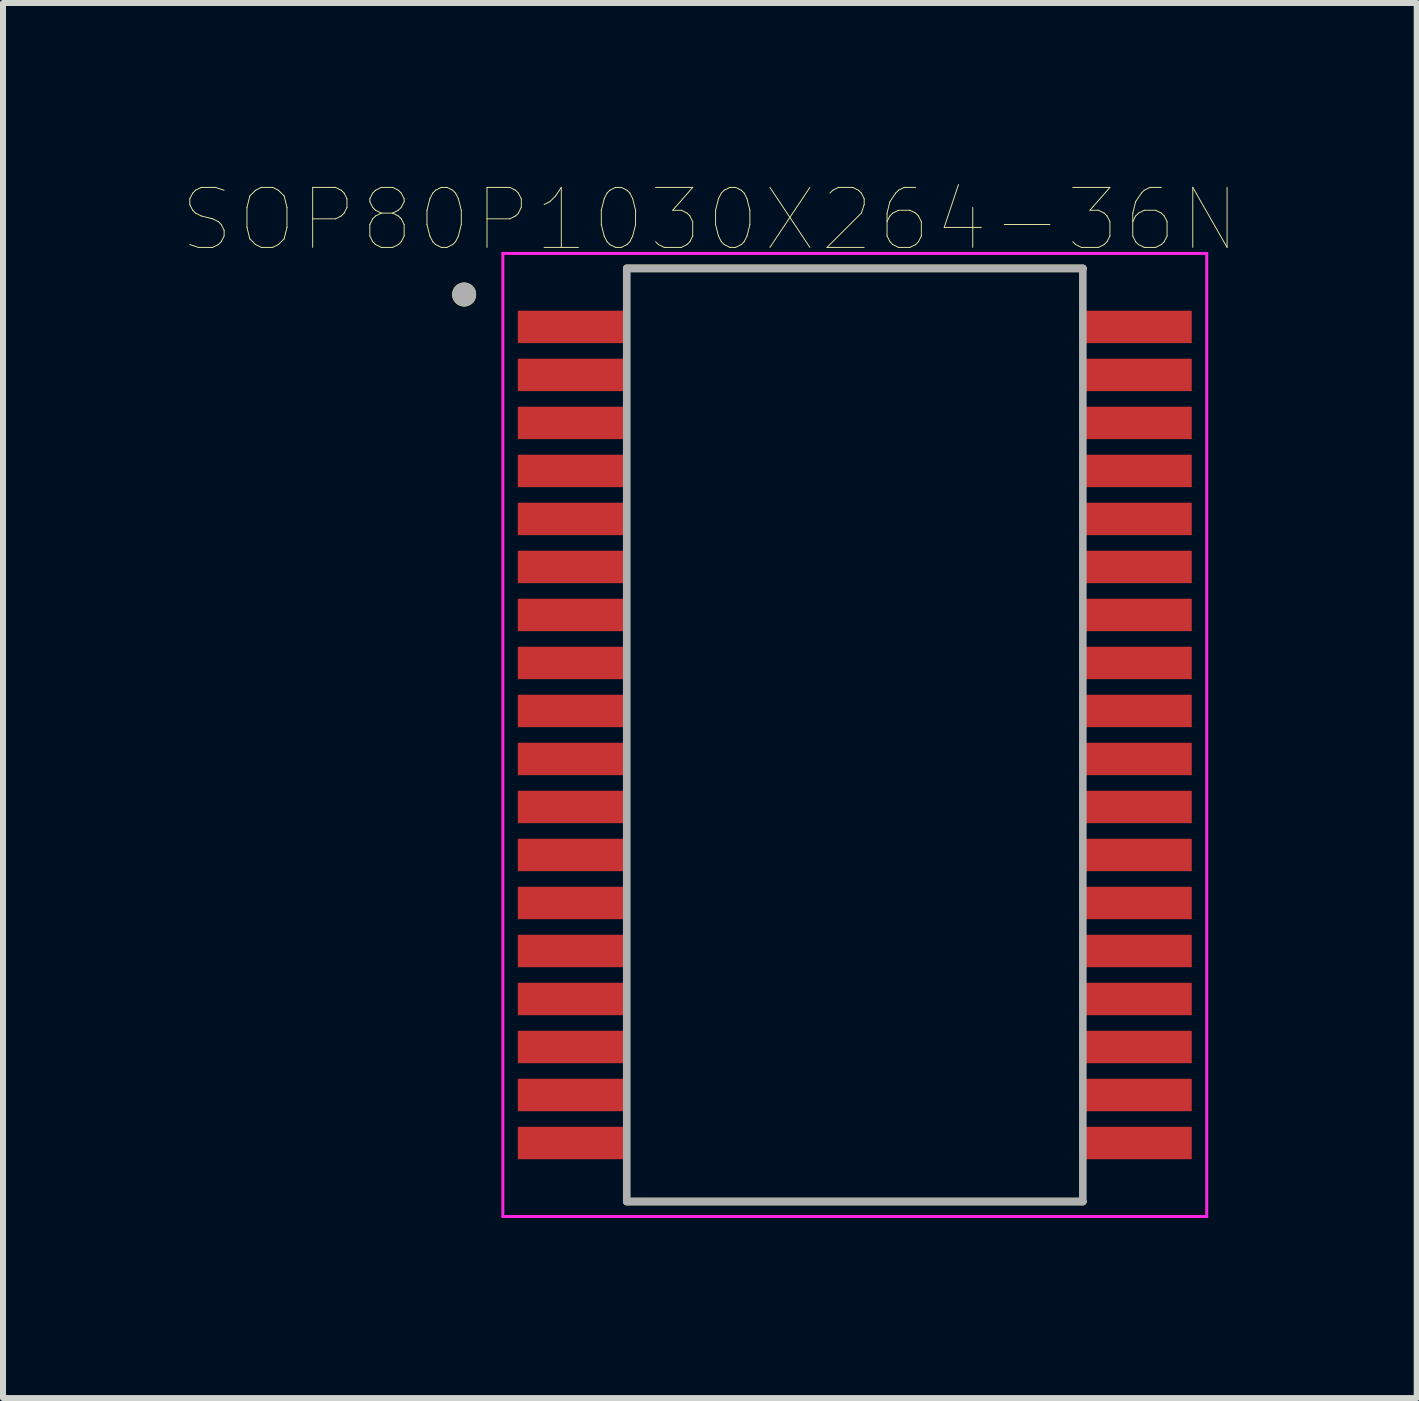
<source format=kicad_pcb>
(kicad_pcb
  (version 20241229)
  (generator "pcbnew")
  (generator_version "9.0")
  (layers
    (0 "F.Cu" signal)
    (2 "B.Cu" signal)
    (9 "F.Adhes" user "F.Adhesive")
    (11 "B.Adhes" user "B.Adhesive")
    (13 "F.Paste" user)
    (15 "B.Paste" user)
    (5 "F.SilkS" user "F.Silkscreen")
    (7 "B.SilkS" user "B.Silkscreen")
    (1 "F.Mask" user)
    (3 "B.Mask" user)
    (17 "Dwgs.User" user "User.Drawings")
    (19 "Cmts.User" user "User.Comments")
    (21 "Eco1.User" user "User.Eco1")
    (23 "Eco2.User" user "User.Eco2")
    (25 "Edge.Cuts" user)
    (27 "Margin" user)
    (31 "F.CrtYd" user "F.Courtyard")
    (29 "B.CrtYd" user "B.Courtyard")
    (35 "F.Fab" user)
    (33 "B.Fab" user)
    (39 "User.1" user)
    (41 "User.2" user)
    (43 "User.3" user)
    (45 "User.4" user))
  (footprint "SOP80P1030X264-36N"
    (layer "F.Cu")
    (at 11.195 9.198)
    (property "Reference" "SOP80P1030X264-36N" (at -2.415 -8.587 0) (layer "F.SilkS") (effects (font (size 1 1) (thickness 0.015))))
    (attr through_hole)
    (fp_line (start -3.8 -7.775) (end 3.8 -7.775) (stroke (width 0.127) (type solid)) (layer "F.SilkS"))
    (fp_line (start -3.8 7.775) (end 3.8 7.775) (stroke (width 0.127) (type solid)) (layer "F.SilkS"))
    (fp_circle (center -6.51 -7.34) (end -6.41 -7.34) (stroke (width 0.2) (type solid)) (fill no) (layer "F.SilkS"))
    (fp_line (start -5.865 -8.025) (end -5.865 8.025) (stroke (width 0.05) (type solid)) (layer "F.CrtYd"))
    (fp_line (start -5.865 -8.025) (end 5.865 -8.025) (stroke (width 0.05) (type solid)) (layer "F.CrtYd"))
    (fp_line (start -5.865 8.025) (end 5.865 8.025) (stroke (width 0.05) (type solid)) (layer "F.CrtYd"))
    (fp_line (start 5.865 -8.025) (end 5.865 8.025) (stroke (width 0.05) (type solid)) (layer "F.CrtYd"))
    (fp_line (start -3.8 -7.775) (end -3.8 7.775) (stroke (width 0.127) (type solid)) (layer "F.Fab"))
    (fp_line (start -3.8 -7.775) (end 3.8 -7.775) (stroke (width 0.127) (type solid)) (layer "F.Fab"))
    (fp_line (start -3.8 7.775) (end 3.8 7.775) (stroke (width 0.127) (type solid)) (layer "F.Fab"))
    (fp_line (start 3.8 -7.775) (end 3.8 7.775) (stroke (width 0.127) (type solid)) (layer "F.Fab"))
    (fp_circle (center -6.51 -7.34) (end -6.41 -7.34) (stroke (width 0.2) (type solid)) (fill no) (layer "F.Fab"))
    (pad "1" smd rect (at -4.72 -6.8) (size 1.79 0.54) (layers "F.Cu" "F.Mask" "F.Paste"))
    (pad "2" smd rect (at -4.72 -6) (size 1.79 0.54) (layers "F.Cu" "F.Mask" "F.Paste"))
    (pad "3" smd rect (at -4.72 -5.2) (size 1.79 0.54) (layers "F.Cu" "F.Mask" "F.Paste"))
    (pad "4" smd rect (at -4.72 -4.4) (size 1.79 0.54) (layers "F.Cu" "F.Mask" "F.Paste"))
    (pad "5" smd rect (at -4.72 -3.6) (size 1.79 0.54) (layers "F.Cu" "F.Mask" "F.Paste"))
    (pad "6" smd rect (at -4.72 -2.8) (size 1.79 0.54) (layers "F.Cu" "F.Mask" "F.Paste"))
    (pad "7" smd rect (at -4.72 -2) (size 1.79 0.54) (layers "F.Cu" "F.Mask" "F.Paste"))
    (pad "8" smd rect (at -4.72 -1.2) (size 1.79 0.54) (layers "F.Cu" "F.Mask" "F.Paste"))
    (pad "9" smd rect (at -4.72 -0.4) (size 1.79 0.54) (layers "F.Cu" "F.Mask" "F.Paste"))
    (pad "10" smd rect (at -4.72 0.4) (size 1.79 0.54) (layers "F.Cu" "F.Mask" "F.Paste"))
    (pad "11" smd rect (at -4.72 1.2) (size 1.79 0.54) (layers "F.Cu" "F.Mask" "F.Paste"))
    (pad "12" smd rect (at -4.72 2) (size 1.79 0.54) (layers "F.Cu" "F.Mask" "F.Paste"))
    (pad "13" smd rect (at -4.72 2.8) (size 1.79 0.54) (layers "F.Cu" "F.Mask" "F.Paste"))
    (pad "14" smd rect (at -4.72 3.6) (size 1.79 0.54) (layers "F.Cu" "F.Mask" "F.Paste"))
    (pad "15" smd rect (at -4.72 4.4) (size 1.79 0.54) (layers "F.Cu" "F.Mask" "F.Paste"))
    (pad "16" smd rect (at -4.72 5.2) (size 1.79 0.54) (layers "F.Cu" "F.Mask" "F.Paste"))
    (pad "17" smd rect (at -4.72 6) (size 1.79 0.54) (layers "F.Cu" "F.Mask" "F.Paste"))
    (pad "18" smd rect (at -4.72 6.8) (size 1.79 0.54) (layers "F.Cu" "F.Mask" "F.Paste"))
    (pad "19" smd rect (at 4.72 6.8) (size 1.79 0.54) (layers "F.Cu" "F.Mask" "F.Paste"))
    (pad "20" smd rect (at 4.72 6) (size 1.79 0.54) (layers "F.Cu" "F.Mask" "F.Paste"))
    (pad "21" smd rect (at 4.72 5.2) (size 1.79 0.54) (layers "F.Cu" "F.Mask" "F.Paste"))
    (pad "22" smd rect (at 4.72 4.4) (size 1.79 0.54) (layers "F.Cu" "F.Mask" "F.Paste"))
    (pad "23" smd rect (at 4.72 3.6) (size 1.79 0.54) (layers "F.Cu" "F.Mask" "F.Paste"))
    (pad "24" smd rect (at 4.72 2.8) (size 1.79 0.54) (layers "F.Cu" "F.Mask" "F.Paste"))
    (pad "25" smd rect (at 4.72 2) (size 1.79 0.54) (layers "F.Cu" "F.Mask" "F.Paste"))
    (pad "26" smd rect (at 4.72 1.2) (size 1.79 0.54) (layers "F.Cu" "F.Mask" "F.Paste"))
    (pad "27" smd rect (at 4.72 0.4) (size 1.79 0.54) (layers "F.Cu" "F.Mask" "F.Paste"))
    (pad "28" smd rect (at 4.72 -0.4) (size 1.79 0.54) (layers "F.Cu" "F.Mask" "F.Paste"))
    (pad "29" smd rect (at 4.72 -1.2) (size 1.79 0.54) (layers "F.Cu" "F.Mask" "F.Paste"))
    (pad "30" smd rect (at 4.72 -2) (size 1.79 0.54) (layers "F.Cu" "F.Mask" "F.Paste"))
    (pad "31" smd rect (at 4.72 -2.8) (size 1.79 0.54) (layers "F.Cu" "F.Mask" "F.Paste"))
    (pad "32" smd rect (at 4.72 -3.6) (size 1.79 0.54) (layers "F.Cu" "F.Mask" "F.Paste"))
    (pad "33" smd rect (at 4.72 -4.4) (size 1.79 0.54) (layers "F.Cu" "F.Mask" "F.Paste"))
    (pad "34" smd rect (at 4.72 -5.2) (size 1.79 0.54) (layers "F.Cu" "F.Mask" "F.Paste"))
    (pad "35" smd rect (at 4.72 -6) (size 1.79 0.54) (layers "F.Cu" "F.Mask" "F.Paste"))
    (pad "36" smd rect (at 4.72 -6.8) (size 1.79 0.54) (layers "F.Cu" "F.Mask" "F.Paste")))
  (gr_rect
    (start -3 -3)
    (end 20.559 20.248)
    (stroke (width 0.1) (type default))
    (fill no)
    (layer "Edge.Cuts")))
</source>
